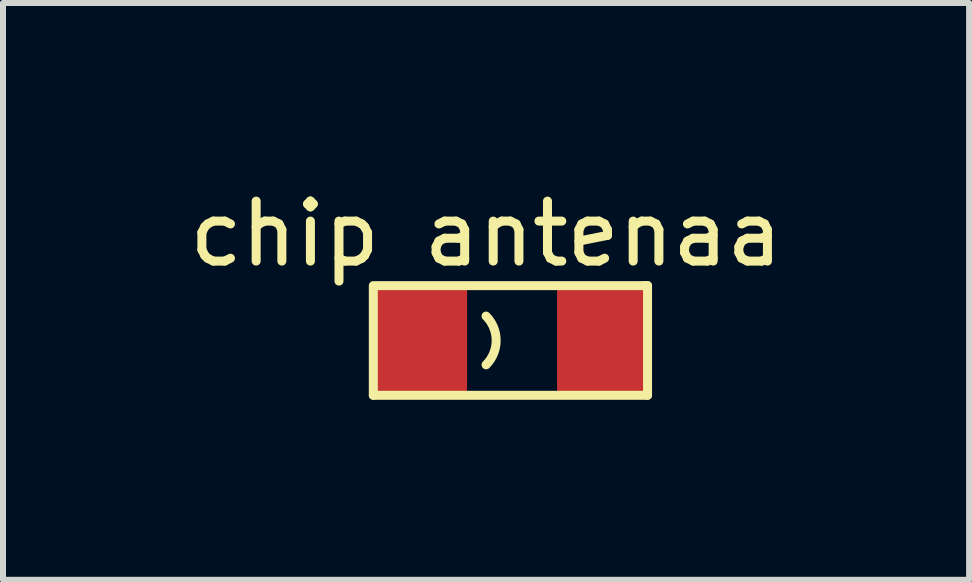
<source format=kicad_pcb>
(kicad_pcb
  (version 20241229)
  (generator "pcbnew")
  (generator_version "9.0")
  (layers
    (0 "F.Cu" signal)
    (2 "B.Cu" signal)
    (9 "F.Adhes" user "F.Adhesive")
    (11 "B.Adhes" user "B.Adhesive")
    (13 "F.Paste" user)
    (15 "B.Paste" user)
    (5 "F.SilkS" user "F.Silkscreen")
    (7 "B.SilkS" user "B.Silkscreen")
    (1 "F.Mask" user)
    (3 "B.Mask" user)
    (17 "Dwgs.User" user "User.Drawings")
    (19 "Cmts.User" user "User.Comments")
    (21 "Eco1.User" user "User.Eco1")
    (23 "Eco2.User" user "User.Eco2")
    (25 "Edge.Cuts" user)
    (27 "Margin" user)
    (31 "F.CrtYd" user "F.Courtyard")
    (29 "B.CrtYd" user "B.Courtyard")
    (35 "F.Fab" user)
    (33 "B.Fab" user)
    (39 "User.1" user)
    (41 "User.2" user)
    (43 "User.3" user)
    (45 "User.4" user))
  (footprint "chip antenaa"
    (layer "F.Cu")
    (at 3.987 2.626)
    (property "Reference" "chip antenaa" (at 1.067 -1.778 0) (layer "F.SilkS") (effects (font (size 1 1) (thickness 0.15))))
    (attr through_hole)
    (fp_line (start -0.813 0.914) (end -0.813 -0.914) (stroke (width 0.15) (type solid)) (layer "F.SilkS"))
    (fp_line (start -0.762 -0.914) (end 3.708 -0.914) (stroke (width 0.15) (type solid)) (layer "F.SilkS"))
    (fp_line (start 3.708 -0.914) (end 3.759 -0.914) (stroke (width 0.15) (type solid)) (layer "F.SilkS"))
    (fp_line (start 3.759 -0.914) (end 3.759 0.914) (stroke (width 0.15) (type solid)) (layer "F.SilkS"))
    (fp_line (start 3.759 0.914) (end -0.813 0.914) (stroke (width 0.15) (type solid)) (layer "F.SilkS"))
    (fp_arc (start 1.0668 -0.4064) (mid 1.235136 0) (end 1.0668 0.4064) (stroke (width 0.15) (type solid)) (layer "F.SilkS"))
    (pad "" smd rect (at 3 0) (size 1.5 1.8) (layers "F.Cu" "F.Mask" "F.Paste"))
    (pad "1" smd rect (at 0 0) (size 1.5 1.8) (layers "F.Cu" "F.Mask" "F.Paste")))
  (gr_rect
    (start -3 -3)
    (end 13.107 6.616)
    (stroke (width 0.1) (type default))
    (fill no)
    (layer "Edge.Cuts")))
</source>
